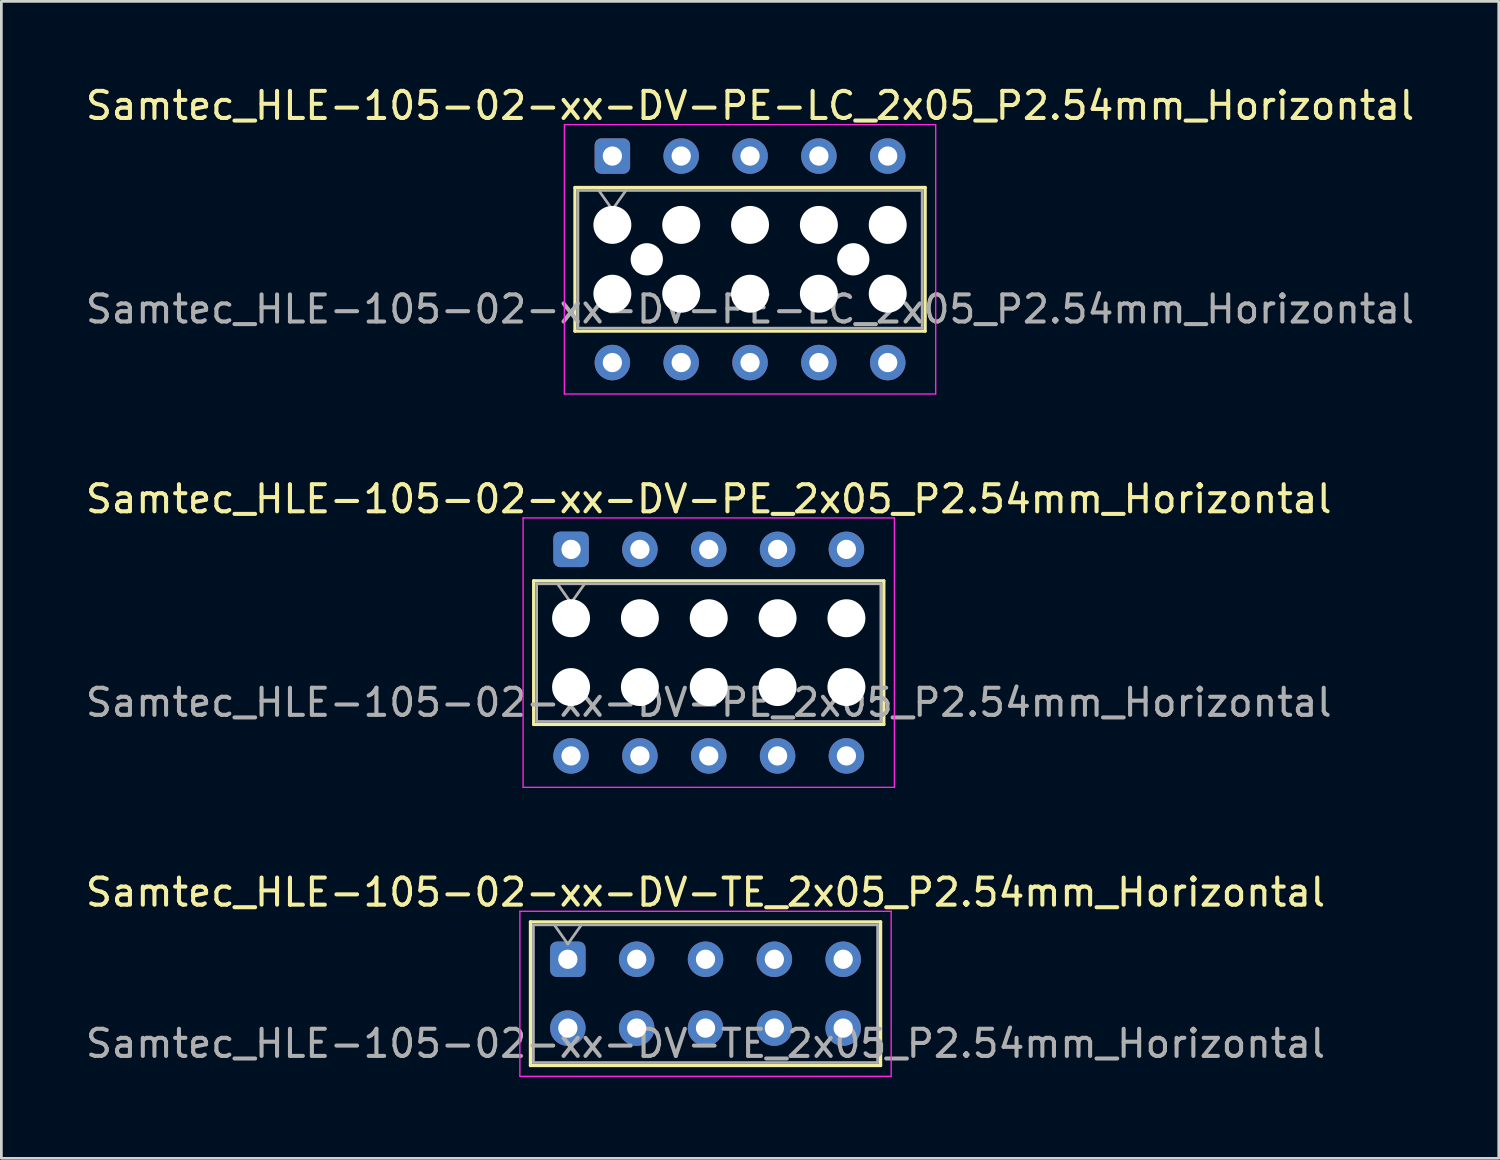
<source format=kicad_pcb>
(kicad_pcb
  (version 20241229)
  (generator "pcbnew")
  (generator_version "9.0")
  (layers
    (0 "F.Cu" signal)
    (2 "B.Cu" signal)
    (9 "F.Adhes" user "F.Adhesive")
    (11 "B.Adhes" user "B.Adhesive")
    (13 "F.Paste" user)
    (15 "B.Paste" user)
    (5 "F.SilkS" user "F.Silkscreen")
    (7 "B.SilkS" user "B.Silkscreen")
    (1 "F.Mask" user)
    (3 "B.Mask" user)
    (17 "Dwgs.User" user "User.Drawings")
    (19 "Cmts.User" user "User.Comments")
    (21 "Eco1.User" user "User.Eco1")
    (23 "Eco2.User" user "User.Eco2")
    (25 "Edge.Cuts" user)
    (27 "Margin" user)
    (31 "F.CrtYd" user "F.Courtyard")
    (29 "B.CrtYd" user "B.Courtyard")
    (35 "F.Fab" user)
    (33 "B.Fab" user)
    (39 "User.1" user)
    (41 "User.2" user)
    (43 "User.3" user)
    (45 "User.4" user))
  (footprint "Samtec_HLE-105-02-xx-DV-TE_2x05_P2.54mm_Horizontal"
    (layer "F.Cu")
    (at 17.902 32.345)
    (property "Reference" "Samtec_HLE-105-02-xx-DV-TE_2x05_P2.54mm_Horizontal" (at 5.08 -2.47 0) (layer "F.SilkS") (effects (font (size 1 1) (thickness 0.15))))
    (attr through_hole)
    (fp_line (start -1.38 -1.38) (end 11.54 -1.38) (stroke (width 0.12) (type solid)) (layer "F.SilkS"))
    (fp_line (start -1.38 3.92) (end -1.38 -1.38) (stroke (width 0.12) (type solid)) (layer "F.SilkS"))
    (fp_line (start 11.54 -1.38) (end 11.54 3.92) (stroke (width 0.12) (type solid)) (layer "F.SilkS"))
    (fp_line (start 11.54 3.92) (end -1.38 3.92) (stroke (width 0.12) (type solid)) (layer "F.SilkS"))
    (fp_line (start -1.77 -1.77) (end 11.93 -1.77) (stroke (width 0.05) (type solid)) (layer "F.CrtYd"))
    (fp_line (start -1.77 4.32) (end -1.77 -1.77) (stroke (width 0.05) (type solid)) (layer "F.CrtYd"))
    (fp_line (start 11.93 -1.77) (end 11.93 4.32) (stroke (width 0.05) (type solid)) (layer "F.CrtYd"))
    (fp_line (start 11.93 4.32) (end -1.77 4.32) (stroke (width 0.05) (type solid)) (layer "F.CrtYd"))
    (fp_line (start -1.27 -1.27) (end 11.43 -1.27) (stroke (width 0.1) (type solid)) (layer "F.Fab"))
    (fp_line (start -1.27 3.81) (end -1.27 -1.27) (stroke (width 0.1) (type solid)) (layer "F.Fab"))
    (fp_line (start -0.5 -1.27) (end 0 -0.563) (stroke (width 0.1) (type solid)) (layer "F.Fab"))
    (fp_line (start 0 -0.563) (end 0.5 -1.27) (stroke (width 0.1) (type solid)) (layer "F.Fab"))
    (fp_line (start 11.43 -1.27) (end 11.43 3.81) (stroke (width 0.1) (type solid)) (layer "F.Fab"))
    (fp_line (start 11.43 3.81) (end -1.27 3.81) (stroke (width 0.1) (type solid)) (layer "F.Fab"))
    (fp_text user "${REFERENCE}" (at 5.08 3.11 0) (layer "F.Fab") (effects (font (size 1 1) (thickness 0.15))))
    (pad "1" thru_hole roundrect (at 0 0) (size 1.31 1.31) (drill 0.71) (layers "*.Cu" "*.Mask") (roundrect_rratio 0.191))
    (pad "2" thru_hole circle (at 0 2.54) (size 1.31 1.31) (drill 0.71) (layers "*.Cu" "*.Mask"))
    (pad "3" thru_hole circle (at 2.54 0) (size 1.31 1.31) (drill 0.71) (layers "*.Cu" "*.Mask"))
    (pad "4" thru_hole circle (at 2.54 2.54) (size 1.31 1.31) (drill 0.71) (layers "*.Cu" "*.Mask"))
    (pad "5" thru_hole circle (at 5.08 0) (size 1.31 1.31) (drill 0.71) (layers "*.Cu" "*.Mask"))
    (pad "6" thru_hole circle (at 5.08 2.54) (size 1.31 1.31) (drill 0.71) (layers "*.Cu" "*.Mask"))
    (pad "7" thru_hole circle (at 7.62 0) (size 1.31 1.31) (drill 0.71) (layers "*.Cu" "*.Mask"))
    (pad "8" thru_hole circle (at 7.62 2.54) (size 1.31 1.31) (drill 0.71) (layers "*.Cu" "*.Mask"))
    (pad "9" thru_hole circle (at 10.16 0) (size 1.31 1.31) (drill 0.71) (layers "*.Cu" "*.Mask"))
    (pad "10" thru_hole circle (at 10.16 2.54) (size 1.31 1.31) (drill 0.71) (layers "*.Cu" "*.Mask")))
  (footprint "Samtec_HLE-105-02-xx-DV-PE_2x05_P2.54mm_Horizontal"
    (layer "F.Cu")
    (at 18.021 17.221)
    (property "Reference" "Samtec_HLE-105-02-xx-DV-PE_2x05_P2.54mm_Horizontal" (at 5.08 -1.86 0) (layer "F.SilkS") (effects (font (size 1 1) (thickness 0.15))))
    (attr through_hole)
    (fp_line (start -1.38 1.16) (end 11.54 1.16) (stroke (width 0.12) (type solid)) (layer "F.SilkS"))
    (fp_line (start -1.38 6.46) (end -1.38 1.16) (stroke (width 0.12) (type solid)) (layer "F.SilkS"))
    (fp_line (start 11.54 1.16) (end 11.54 6.46) (stroke (width 0.12) (type solid)) (layer "F.SilkS"))
    (fp_line (start 11.54 6.46) (end -1.38 6.46) (stroke (width 0.12) (type solid)) (layer "F.SilkS"))
    (fp_line (start -1.77 -1.16) (end 11.93 -1.16) (stroke (width 0.05) (type solid)) (layer "F.CrtYd"))
    (fp_line (start -1.77 8.78) (end -1.77 -1.16) (stroke (width 0.05) (type solid)) (layer "F.CrtYd"))
    (fp_line (start 11.93 -1.16) (end 11.93 8.78) (stroke (width 0.05) (type solid)) (layer "F.CrtYd"))
    (fp_line (start 11.93 8.78) (end -1.77 8.78) (stroke (width 0.05) (type solid)) (layer "F.CrtYd"))
    (fp_line (start -1.27 1.27) (end 11.43 1.27) (stroke (width 0.1) (type solid)) (layer "F.Fab"))
    (fp_line (start -1.27 6.35) (end -1.27 1.27) (stroke (width 0.1) (type solid)) (layer "F.Fab"))
    (fp_line (start -0.5 1.27) (end 0 1.977) (stroke (width 0.1) (type solid)) (layer "F.Fab"))
    (fp_line (start 0 1.977) (end 0.5 1.27) (stroke (width 0.1) (type solid)) (layer "F.Fab"))
    (fp_line (start 11.43 1.27) (end 11.43 6.35) (stroke (width 0.1) (type solid)) (layer "F.Fab"))
    (fp_line (start 11.43 6.35) (end -1.27 6.35) (stroke (width 0.1) (type solid)) (layer "F.Fab"))
    (fp_text user "${REFERENCE}" (at 5.08 5.65 0) (layer "F.Fab") (effects (font (size 1 1) (thickness 0.15))))
    (pad "" np_thru_hole circle (at 0 2.54) (size 1.4 1.4) (drill 1.4) (layers "*.Cu" "*.Mask"))
    (pad "" np_thru_hole circle (at 0 5.08) (size 1.4 1.4) (drill 1.4) (layers "*.Cu" "*.Mask"))
    (pad "" np_thru_hole circle (at 2.54 2.54) (size 1.4 1.4) (drill 1.4) (layers "*.Cu" "*.Mask"))
    (pad "" np_thru_hole circle (at 2.54 5.08) (size 1.4 1.4) (drill 1.4) (layers "*.Cu" "*.Mask"))
    (pad "" np_thru_hole circle (at 5.08 2.54) (size 1.4 1.4) (drill 1.4) (layers "*.Cu" "*.Mask"))
    (pad "" np_thru_hole circle (at 5.08 5.08) (size 1.4 1.4) (drill 1.4) (layers "*.Cu" "*.Mask"))
    (pad "" np_thru_hole circle (at 7.62 2.54) (size 1.4 1.4) (drill 1.4) (layers "*.Cu" "*.Mask"))
    (pad "" np_thru_hole circle (at 7.62 5.08) (size 1.4 1.4) (drill 1.4) (layers "*.Cu" "*.Mask"))
    (pad "" np_thru_hole circle (at 10.16 2.54) (size 1.4 1.4) (drill 1.4) (layers "*.Cu" "*.Mask"))
    (pad "" np_thru_hole circle (at 10.16 5.08) (size 1.4 1.4) (drill 1.4) (layers "*.Cu" "*.Mask"))
    (pad "1" thru_hole roundrect (at 0 0) (size 1.31 1.31) (drill 0.71) (layers "*.Cu" "*.Mask") (roundrect_rratio 0.191))
    (pad "2" thru_hole circle (at 0 7.62) (size 1.31 1.31) (drill 0.71) (layers "*.Cu" "*.Mask"))
    (pad "3" thru_hole circle (at 2.54 0) (size 1.31 1.31) (drill 0.71) (layers "*.Cu" "*.Mask"))
    (pad "4" thru_hole circle (at 2.54 7.62) (size 1.31 1.31) (drill 0.71) (layers "*.Cu" "*.Mask"))
    (pad "5" thru_hole circle (at 5.08 0) (size 1.31 1.31) (drill 0.71) (layers "*.Cu" "*.Mask"))
    (pad "6" thru_hole circle (at 5.08 7.62) (size 1.31 1.31) (drill 0.71) (layers "*.Cu" "*.Mask"))
    (pad "7" thru_hole circle (at 7.62 0) (size 1.31 1.31) (drill 0.71) (layers "*.Cu" "*.Mask"))
    (pad "8" thru_hole circle (at 7.62 7.62) (size 1.31 1.31) (drill 0.71) (layers "*.Cu" "*.Mask"))
    (pad "9" thru_hole circle (at 10.16 0) (size 1.31 1.31) (drill 0.71) (layers "*.Cu" "*.Mask"))
    (pad "10" thru_hole circle (at 10.16 7.62) (size 1.31 1.31) (drill 0.71) (layers "*.Cu" "*.Mask")))
  (footprint "Samtec_HLE-105-02-xx-DV-PE-LC_2x05_P2.54mm_Horizontal"
    (layer "F.Cu")
    (at 19.545 2.708)
    (property "Reference" "Samtec_HLE-105-02-xx-DV-PE-LC_2x05_P2.54mm_Horizontal" (at 5.08 -1.86 0) (layer "F.SilkS") (effects (font (size 1 1) (thickness 0.15))))
    (attr through_hole)
    (fp_line (start -1.38 1.16) (end 11.54 1.16) (stroke (width 0.12) (type solid)) (layer "F.SilkS"))
    (fp_line (start -1.38 6.46) (end -1.38 1.16) (stroke (width 0.12) (type solid)) (layer "F.SilkS"))
    (fp_line (start 11.54 1.16) (end 11.54 6.46) (stroke (width 0.12) (type solid)) (layer "F.SilkS"))
    (fp_line (start 11.54 6.46) (end -1.38 6.46) (stroke (width 0.12) (type solid)) (layer "F.SilkS"))
    (fp_line (start -1.77 -1.16) (end 11.93 -1.16) (stroke (width 0.05) (type solid)) (layer "F.CrtYd"))
    (fp_line (start -1.77 8.78) (end -1.77 -1.16) (stroke (width 0.05) (type solid)) (layer "F.CrtYd"))
    (fp_line (start 11.93 -1.16) (end 11.93 8.78) (stroke (width 0.05) (type solid)) (layer "F.CrtYd"))
    (fp_line (start 11.93 8.78) (end -1.77 8.78) (stroke (width 0.05) (type solid)) (layer "F.CrtYd"))
    (fp_line (start -1.27 1.27) (end 11.43 1.27) (stroke (width 0.1) (type solid)) (layer "F.Fab"))
    (fp_line (start -1.27 6.35) (end -1.27 1.27) (stroke (width 0.1) (type solid)) (layer "F.Fab"))
    (fp_line (start -0.5 1.27) (end 0 1.977) (stroke (width 0.1) (type solid)) (layer "F.Fab"))
    (fp_line (start 0 1.977) (end 0.5 1.27) (stroke (width 0.1) (type solid)) (layer "F.Fab"))
    (fp_line (start 11.43 1.27) (end 11.43 6.35) (stroke (width 0.1) (type solid)) (layer "F.Fab"))
    (fp_line (start 11.43 6.35) (end -1.27 6.35) (stroke (width 0.1) (type solid)) (layer "F.Fab"))
    (fp_text user "${REFERENCE}" (at 5.08 5.65 0) (layer "F.Fab") (effects (font (size 1 1) (thickness 0.15))))
    (pad "" np_thru_hole circle (at 0 2.54) (size 1.4 1.4) (drill 1.4) (layers "*.Cu" "*.Mask"))
    (pad "" np_thru_hole circle (at 0 5.08) (size 1.4 1.4) (drill 1.4) (layers "*.Cu" "*.Mask"))
    (pad "" np_thru_hole circle (at 1.27 3.81) (size 1.19 1.19) (drill 1.19) (layers "*.Cu" "*.Mask"))
    (pad "" np_thru_hole circle (at 2.54 2.54) (size 1.4 1.4) (drill 1.4) (layers "*.Cu" "*.Mask"))
    (pad "" np_thru_hole circle (at 2.54 5.08) (size 1.4 1.4) (drill 1.4) (layers "*.Cu" "*.Mask"))
    (pad "" np_thru_hole circle (at 5.08 2.54) (size 1.4 1.4) (drill 1.4) (layers "*.Cu" "*.Mask"))
    (pad "" np_thru_hole circle (at 5.08 5.08) (size 1.4 1.4) (drill 1.4) (layers "*.Cu" "*.Mask"))
    (pad "" np_thru_hole circle (at 7.62 2.54) (size 1.4 1.4) (drill 1.4) (layers "*.Cu" "*.Mask"))
    (pad "" np_thru_hole circle (at 7.62 5.08) (size 1.4 1.4) (drill 1.4) (layers "*.Cu" "*.Mask"))
    (pad "" np_thru_hole circle (at 8.89 3.81) (size 1.19 1.19) (drill 1.19) (layers "*.Cu" "*.Mask"))
    (pad "" np_thru_hole circle (at 10.16 2.54) (size 1.4 1.4) (drill 1.4) (layers "*.Cu" "*.Mask"))
    (pad "" np_thru_hole circle (at 10.16 5.08) (size 1.4 1.4) (drill 1.4) (layers "*.Cu" "*.Mask"))
    (pad "1" thru_hole roundrect (at 0 0) (size 1.31 1.31) (drill 0.71) (layers "*.Cu" "*.Mask") (roundrect_rratio 0.191))
    (pad "2" thru_hole circle (at 0 7.62) (size 1.31 1.31) (drill 0.71) (layers "*.Cu" "*.Mask"))
    (pad "3" thru_hole circle (at 2.54 0) (size 1.31 1.31) (drill 0.71) (layers "*.Cu" "*.Mask"))
    (pad "4" thru_hole circle (at 2.54 7.62) (size 1.31 1.31) (drill 0.71) (layers "*.Cu" "*.Mask"))
    (pad "5" thru_hole circle (at 5.08 0) (size 1.31 1.31) (drill 0.71) (layers "*.Cu" "*.Mask"))
    (pad "6" thru_hole circle (at 5.08 7.62) (size 1.31 1.31) (drill 0.71) (layers "*.Cu" "*.Mask"))
    (pad "7" thru_hole circle (at 7.62 0) (size 1.31 1.31) (drill 0.71) (layers "*.Cu" "*.Mask"))
    (pad "8" thru_hole circle (at 7.62 7.62) (size 1.31 1.31) (drill 0.71) (layers "*.Cu" "*.Mask"))
    (pad "9" thru_hole circle (at 10.16 0) (size 1.31 1.31) (drill 0.71) (layers "*.Cu" "*.Mask"))
    (pad "10" thru_hole circle (at 10.16 7.62) (size 1.31 1.31) (drill 0.71) (layers "*.Cu" "*.Mask")))
  (gr_rect
    (start -3 -3)
    (end 52.25 39.69)
    (stroke (width 0.1) (type default))
    (fill no)
    (layer "Edge.Cuts")))
</source>
